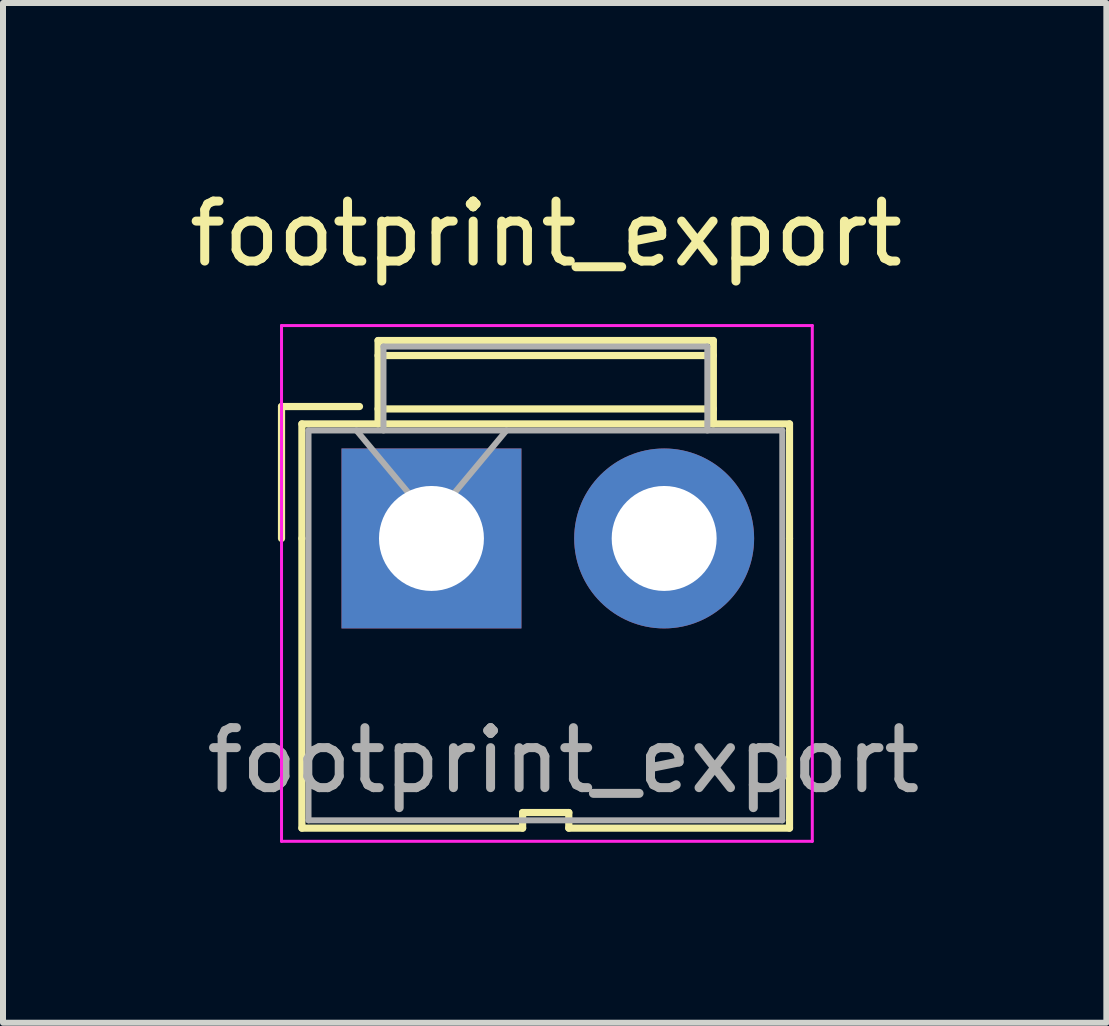
<source format=kicad_pcb>
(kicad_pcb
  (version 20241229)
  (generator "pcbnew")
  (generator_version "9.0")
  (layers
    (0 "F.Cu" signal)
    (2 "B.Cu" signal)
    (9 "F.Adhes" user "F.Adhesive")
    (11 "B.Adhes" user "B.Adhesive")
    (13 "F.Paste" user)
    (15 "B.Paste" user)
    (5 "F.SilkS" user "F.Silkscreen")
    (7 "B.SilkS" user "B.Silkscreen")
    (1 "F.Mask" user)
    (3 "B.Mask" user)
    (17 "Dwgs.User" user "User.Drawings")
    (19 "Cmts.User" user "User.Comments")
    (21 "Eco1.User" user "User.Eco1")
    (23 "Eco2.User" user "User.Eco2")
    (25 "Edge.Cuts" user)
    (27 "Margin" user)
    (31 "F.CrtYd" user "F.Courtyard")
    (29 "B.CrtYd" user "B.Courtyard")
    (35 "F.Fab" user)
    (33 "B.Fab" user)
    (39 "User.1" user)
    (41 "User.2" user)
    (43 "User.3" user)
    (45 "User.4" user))
  (footprint "footprint_export"
    (layer "F.Cu")
    (at 4.144 5.928)
    (property "Reference" "footprint_export" (at 1.91 -5.08 0) (layer "F.SilkS") (effects (font (size 1 1) (thickness 0.15))))
    (attr through_hole)
    (fp_line (start -2.5 -2.2) (end -2.5 0) (stroke (width 0.12) (type solid)) (layer "F.SilkS"))
    (fp_line (start -2.16 -1.91) (end -2.16 0) (stroke (width 0.12) (type solid)) (layer "F.SilkS"))
    (fp_line (start -2.16 -1.91) (end 5.97 -1.91) (stroke (width 0.12) (type solid)) (layer "F.SilkS"))
    (fp_line (start -2.16 0) (end -2.16 4.83) (stroke (width 0.12) (type solid)) (layer "F.SilkS"))
    (fp_line (start -1.2 -2.2) (end -2.5 -2.2) (stroke (width 0.12) (type solid)) (layer "F.SilkS"))
    (fp_line (start -0.89 -3.3) (end 4.7 -3.3) (stroke (width 0.12) (type solid)) (layer "F.SilkS"))
    (fp_line (start -0.89 -3.05) (end 4.7 -3.05) (stroke (width 0.12) (type solid)) (layer "F.SilkS"))
    (fp_line (start -0.89 -2.16) (end 4.7 -2.16) (stroke (width 0.12) (type solid)) (layer "F.SilkS"))
    (fp_line (start -0.89 -1.91) (end -0.89 -3.3) (stroke (width 0.12) (type solid)) (layer "F.SilkS"))
    (fp_line (start 1.52 4.57) (end 2.29 4.57) (stroke (width 0.12) (type solid)) (layer "F.SilkS"))
    (fp_line (start 1.52 4.83) (end -2.16 4.83) (stroke (width 0.12) (type solid)) (layer "F.SilkS"))
    (fp_line (start 1.52 4.83) (end 1.52 4.57) (stroke (width 0.12) (type solid)) (layer "F.SilkS"))
    (fp_line (start 2.29 4.57) (end 2.29 4.83) (stroke (width 0.12) (type solid)) (layer "F.SilkS"))
    (fp_line (start 2.29 4.83) (end 5.97 4.83) (stroke (width 0.12) (type solid)) (layer "F.SilkS"))
    (fp_line (start 4.7 -1.91) (end 4.7 -3.3) (stroke (width 0.12) (type solid)) (layer "F.SilkS"))
    (fp_line (start 5.97 -1.91) (end 5.97 0) (stroke (width 0.12) (type solid)) (layer "F.SilkS"))
    (fp_line (start 5.97 4.83) (end 5.97 0) (stroke (width 0.12) (type solid)) (layer "F.SilkS"))
    (fp_line (start -2.5 -3.55) (end 6.35 -3.55) (stroke (width 0.05) (type solid)) (layer "F.CrtYd"))
    (fp_line (start -2.5 5.05) (end -2.5 -3.55) (stroke (width 0.05) (type solid)) (layer "F.CrtYd"))
    (fp_line (start 6.35 -3.55) (end 6.35 5.05) (stroke (width 0.05) (type solid)) (layer "F.CrtYd"))
    (fp_line (start 6.35 5.05) (end -2.5 5.05) (stroke (width 0.05) (type solid)) (layer "F.CrtYd"))
    (fp_line (start -2.05 -1.8) (end 5.85 -1.8) (stroke (width 0.1) (type solid)) (layer "F.Fab"))
    (fp_line (start -2.05 4.7) (end -2.05 -1.8) (stroke (width 0.1) (type solid)) (layer "F.Fab"))
    (fp_line (start -1.25 -1.8) (end 0 -0.3) (stroke (width 0.1) (type solid)) (layer "F.Fab"))
    (fp_line (start -0.8 -3.2) (end 4.6 -3.2) (stroke (width 0.1) (type solid)) (layer "F.Fab"))
    (fp_line (start -0.8 -1.8) (end -0.8 -3.2) (stroke (width 0.1) (type solid)) (layer "F.Fab"))
    (fp_line (start 0 -0.3) (end 1.25 -1.8) (stroke (width 0.1) (type solid)) (layer "F.Fab"))
    (fp_line (start 4.6 -3.2) (end 4.6 -1.8) (stroke (width 0.1) (type solid)) (layer "F.Fab"))
    (fp_line (start 5.85 -1.8) (end 5.85 4.7) (stroke (width 0.1) (type solid)) (layer "F.Fab"))
    (fp_line (start 5.85 4.7) (end -2.05 4.7) (stroke (width 0.1) (type solid)) (layer "F.Fab"))
    (fp_text user "${REFERENCE}" (at 2.2 3.7 0) (layer "F.Fab") (effects (font (size 1 1) (thickness 0.15))))
    (pad "1" thru_hole rect (at 0 0) (size 3 3) (drill 1.75) (layers "*.Cu" "*.Mask"))
    (pad "2" thru_hole circle (at 3.88 0) (size 3 3) (drill 1.75) (layers "*.Cu" "*.Mask")))
  (gr_rect
    (start -3 -3)
    (end 15.397 14.003)
    (stroke (width 0.1) (type default))
    (fill no)
    (layer "Edge.Cuts")))
</source>
